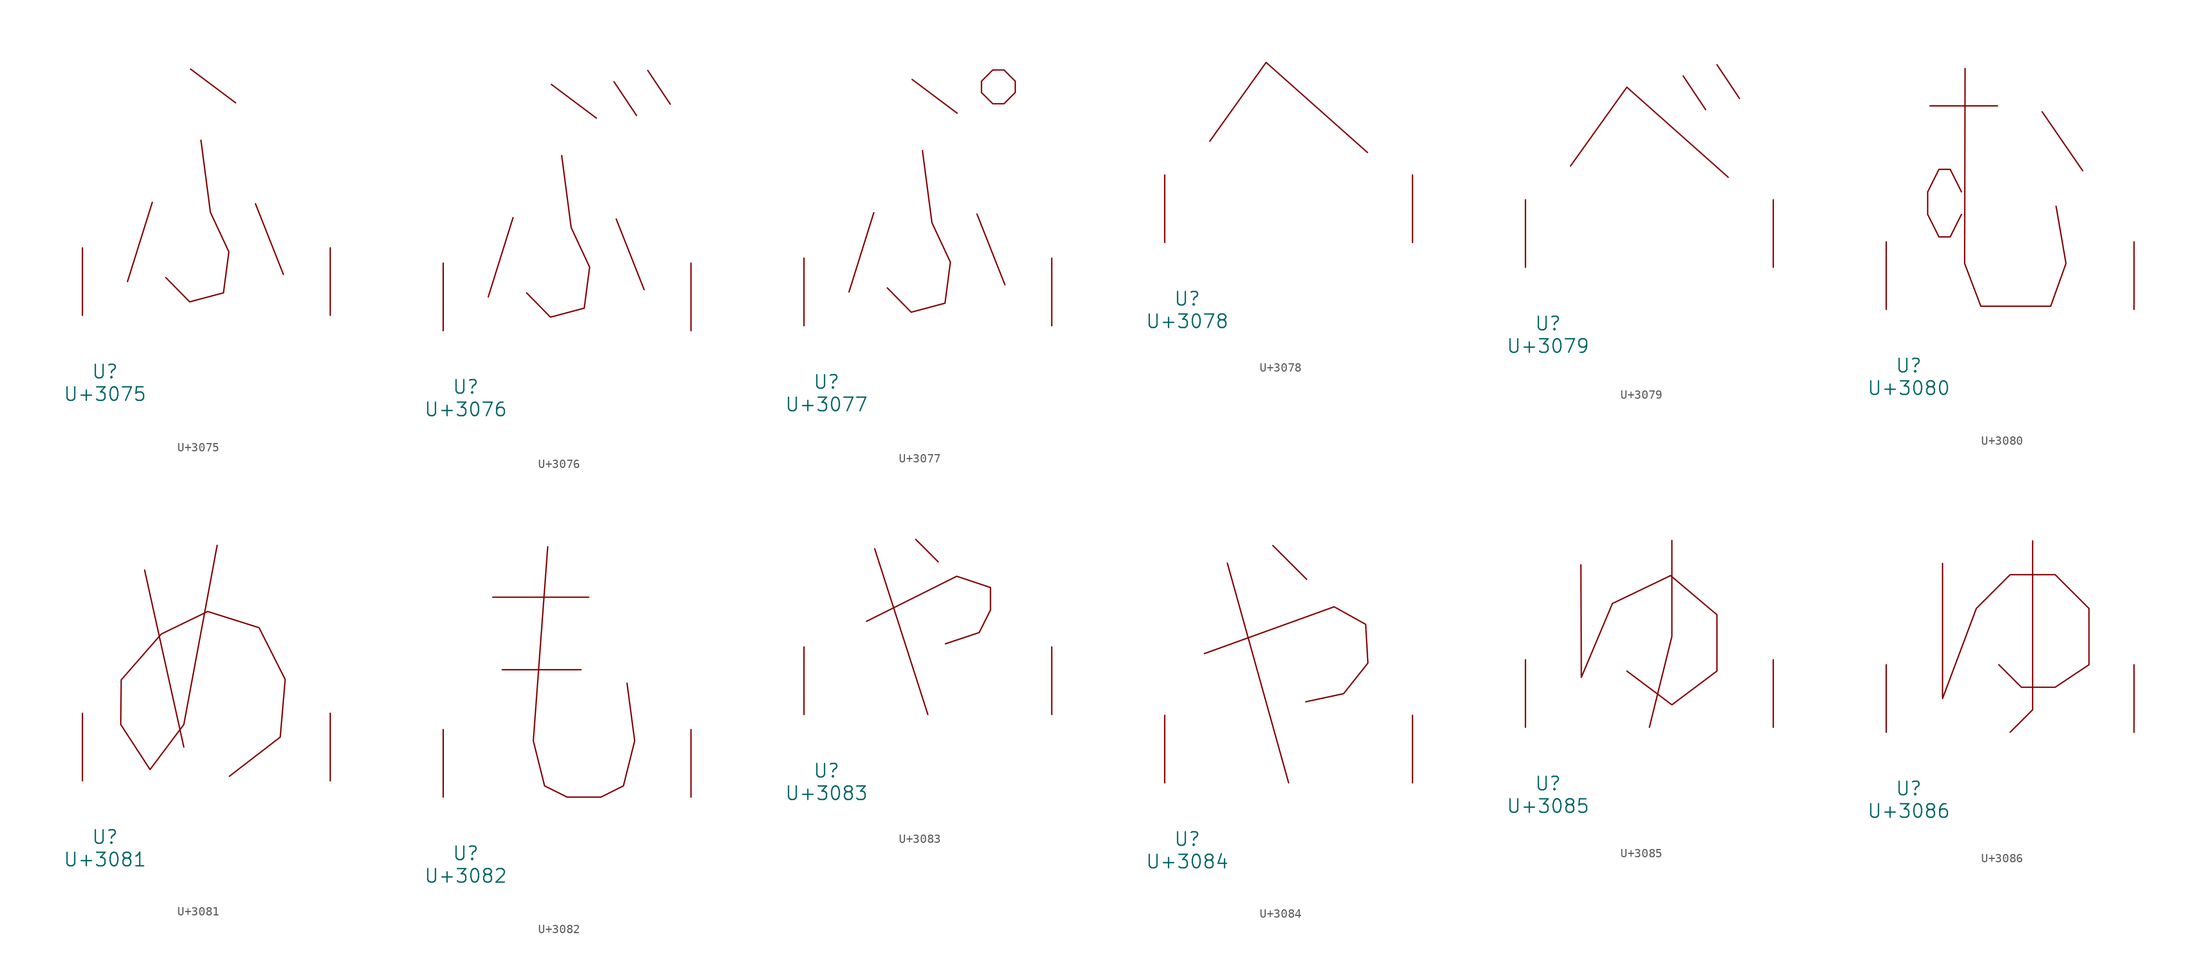
<source format=kicad_sym>
(kicad_symbol_lib
  (version 20231120)
  (generator "kicad_symbol_editor")
  (generator_version "8.0")
  (symbol "U+3075"
    (pin_names
      (offset 1.016))
    (property "Reference" "U"
      (at 0 -6.35 0)
      (effects (font (size 1.524 1.524))))
    (property "Value" "U+3075"
      (at 0 -8.89 0)
      (effects (font (size 1.524 1.524))))
    (symbol "U+3075_0_1"
      (polyline (pts (xy 5.334 12.751) (xy 2.54 3.81)) (stroke (width 0) (type solid)) (fill (type none)))
      (polyline (pts (xy 9.652 27.788) (xy 14.732 23.978)) (stroke (width 0) (type solid)) (fill (type none)))
      (polyline (pts (xy 16.967 12.598) (xy 20.117 4.623)) (stroke (width 0) (type solid)) (fill (type none)))
      (polyline (pts (xy 10.82 19.761) (xy 11.887 11.633) (xy 13.97 7.163) (xy 13.36 2.54) (xy 9.55 1.524) (xy 6.858 4.267)) (stroke (width 0) (type solid)) (fill (type none)))
      (pin input line (at -2.54 0 90) (length 7.62) (name "~" (effects (font (size 1.27 1.27)))) (number "~" (effects (font (size 1.27 1.27)))))
      (pin input line (at 25.4 0 90) (length 7.62) (name "~" (effects (font (size 1.27 1.27)))) (number "~" (effects (font (size 1.27 1.27)))))))
  (symbol "U+3076"
    (pin_names
      (offset 1.016))
    (property "Reference" "U"
      (at 0 -6.35 0)
      (effects (font (size 1.524 1.524))))
    (property "Value" "U+3076"
      (at 0 -8.89 0)
      (effects (font (size 1.524 1.524))))
    (symbol "U+3076_0_1"
      (polyline (pts (xy 5.334 12.751) (xy 2.54 3.81)) (stroke (width 0) (type solid)) (fill (type none)))
      (polyline (pts (xy 9.652 27.788) (xy 14.732 23.978)) (stroke (width 0) (type solid)) (fill (type none)))
      (polyline (pts (xy 16.713 28.092) (xy 19.253 24.282)) (stroke (width 0) (type solid)) (fill (type none)))
      (polyline (pts (xy 16.967 12.598) (xy 20.117 4.623)) (stroke (width 0) (type solid)) (fill (type none)))
      (polyline (pts (xy 20.523 29.362) (xy 23.063 25.552)) (stroke (width 0) (type solid)) (fill (type none)))
      (polyline (pts (xy 10.82 19.761) (xy 11.887 11.633) (xy 13.97 7.163) (xy 13.36 2.54) (xy 9.55 1.524) (xy 6.858 4.267)) (stroke (width 0) (type solid)) (fill (type none)))
      (pin input line (at -2.54 0 90) (length 7.62) (name "~" (effects (font (size 1.27 1.27)))) (number "~" (effects (font (size 1.27 1.27)))))
      (pin input line (at 25.4 0 90) (length 7.62) (name "~" (effects (font (size 1.27 1.27)))) (number "~" (effects (font (size 1.27 1.27)))))))
  (symbol "U+3077"
    (pin_names
      (offset 1.016))
    (property "Reference" "U"
      (at 0 -6.35 0)
      (effects (font (size 1.524 1.524))))
    (property "Value" "U+3077"
      (at 0 -8.89 0)
      (effects (font (size 1.524 1.524))))
    (symbol "U+3077_0_1"
      (polyline (pts (xy 5.334 12.751) (xy 2.54 3.81)) (stroke (width 0) (type solid)) (fill (type none)))
      (polyline (pts (xy 9.652 27.788) (xy 14.732 23.978)) (stroke (width 0) (type solid)) (fill (type none)))
      (polyline (pts (xy 16.967 12.598) (xy 20.117 4.623)) (stroke (width 0) (type solid)) (fill (type none)))
      (polyline (pts (xy 10.82 19.761) (xy 11.887 11.633) (xy 13.97 7.163) (xy 13.36 2.54) (xy 9.55 1.524) (xy 6.858 4.267)) (stroke (width 0) (type solid)) (fill (type none)))
      (polyline (pts (xy 18.745 28.854) (xy 20.015 28.854) (xy 21.285 27.584) (xy 21.285 26.314) (xy 20.015 25.044) (xy 18.745 25.044) (xy 17.475 26.314) (xy 17.475 27.584) (xy 18.745 28.854)) (stroke (width 0) (type solid)) (fill (type none)))
      (pin input line (at -2.54 0 90) (length 7.62) (name "~" (effects (font (size 1.27 1.27)))) (number "~" (effects (font (size 1.27 1.27)))))
      (pin input line (at 25.4 0 90) (length 7.62) (name "~" (effects (font (size 1.27 1.27)))) (number "~" (effects (font (size 1.27 1.27)))))))
  (symbol "U+3078"
    (pin_names
      (offset 1.016))
    (property "Reference" "U"
      (at 0 -6.35 0)
      (effects (font (size 1.524 1.524))))
    (property "Value" "U+3078"
      (at 0 -8.89 0)
      (effects (font (size 1.524 1.524))))
    (symbol "U+3078_0_1"
      (polyline (pts (xy 2.54 11.43) (xy 8.89 20.32) (xy 20.32 10.16)) (stroke (width 0) (type solid)) (fill (type none)))
      (pin input line (at -2.54 0 90) (length 7.62) (name "~" (effects (font (size 1.27 1.27)))) (number "~" (effects (font (size 1.27 1.27)))))
      (pin input line (at 25.4 0 90) (length 7.62) (name "~" (effects (font (size 1.27 1.27)))) (number "~" (effects (font (size 1.27 1.27)))))))
  (symbol "U+3079"
    (pin_names
      (offset 1.016))
    (property "Reference" "U"
      (at 0 -6.35 0)
      (effects (font (size 1.524 1.524))))
    (property "Value" "U+3079"
      (at 0 -8.89 0)
      (effects (font (size 1.524 1.524))))
    (symbol "U+3079_0_1"
      (polyline (pts (xy 15.24 21.59) (xy 17.78 17.78)) (stroke (width 0) (type solid)) (fill (type none)))
      (polyline (pts (xy 19.05 22.86) (xy 21.59 19.05)) (stroke (width 0) (type solid)) (fill (type none)))
      (polyline (pts (xy 2.54 11.43) (xy 8.89 20.32) (xy 20.32 10.16)) (stroke (width 0) (type solid)) (fill (type none)))
      (pin input line (at -2.54 0 90) (length 7.62) (name "~" (effects (font (size 1.27 1.27)))) (number "~" (effects (font (size 1.27 1.27)))))
      (pin input line (at 25.4 0 90) (length 7.62) (name "~" (effects (font (size 1.27 1.27)))) (number "~" (effects (font (size 1.27 1.27)))))))
  (symbol "U+3080"
    (pin_names
      (offset 1.016))
    (property "Reference" "U"
      (at 0 -6.35 0)
      (effects (font (size 1.524 1.524))))
    (property "Value" "U+3080"
      (at 0 -8.89 0)
      (effects (font (size 1.524 1.524))))
    (symbol "U+3080_0_1"
      (polyline (pts (xy 2.388 22.962) (xy 10.008 22.962)) (stroke (width 0) (type solid)) (fill (type none)))
      (polyline (pts (xy 15.037 22.301) (xy 19.609 15.646)) (stroke (width 0) (type solid)) (fill (type none)))
      (polyline (pts (xy 6.35 27.178) (xy 6.299 5.182) (xy 8.128 0.356) (xy 16.002 0.356) (xy 17.729 5.182) (xy 16.612 11.633)) (stroke (width 0) (type solid)) (fill (type none)))
      (polyline (pts (xy 5.944 10.719) (xy 4.674 8.179) (xy 3.404 8.179) (xy 2.134 10.719) (xy 2.134 13.259) (xy 3.404 15.799) (xy 4.674 15.799) (xy 5.944 13.259)) (stroke (width 0) (type solid)) (fill (type none)))
      (pin input line (at -2.54 0 90) (length 7.62) (name "~" (effects (font (size 1.27 1.27)))) (number "~" (effects (font (size 1.27 1.27)))))
      (pin input line (at 25.4 0 90) (length 7.62) (name "~" (effects (font (size 1.27 1.27)))) (number "~" (effects (font (size 1.27 1.27)))))))
  (symbol "U+3081"
    (pin_names
      (offset 1.016))
    (property "Reference" "U"
      (at 0 -6.35 0)
      (effects (font (size 1.524 1.524))))
    (property "Value" "U+3081"
      (at 0 -8.89 0)
      (effects (font (size 1.524 1.524))))
    (symbol "U+3081_0_1"
      (polyline (pts (xy 4.47 23.774) (xy 8.89 3.81)) (stroke (width 0) (type solid)) (fill (type none)))
      (polyline (pts (xy 12.649 26.568) (xy 8.89 6.35) (xy 5.08 1.27) (xy 1.778 6.35) (xy 1.829 11.379) (xy 6.35 16.561) (xy 11.582 19.101) (xy 17.374 17.272) (xy 20.32 11.43) (xy 19.761 4.928) (xy 14.021 0.508)) (stroke (width 0) (type solid)) (fill (type none)))
      (pin input line (at -2.54 0 90) (length 7.62) (name "~" (effects (font (size 1.27 1.27)))) (number "~" (effects (font (size 1.27 1.27)))))
      (pin input line (at 25.4 0 90) (length 7.62) (name "~" (effects (font (size 1.27 1.27)))) (number "~" (effects (font (size 1.27 1.27)))))))
  (symbol "U+3082"
    (pin_names
      (offset 1.016))
    (property "Reference" "U"
      (at 0 -6.35 0)
      (effects (font (size 1.524 1.524))))
    (property "Value" "U+3082"
      (at 0 -8.89 0)
      (effects (font (size 1.524 1.524))))
    (symbol "U+3082_0_1"
      (polyline (pts (xy 3.048 22.555) (xy 13.868 22.555)) (stroke (width 0) (type solid)) (fill (type none)))
      (polyline (pts (xy 4.115 14.376) (xy 13.005 14.376)) (stroke (width 0) (type solid)) (fill (type none)))
      (polyline (pts (xy 9.246 28.245) (xy 7.62 6.35) (xy 8.89 1.27) (xy 11.43 0) (xy 15.24 0) (xy 17.78 1.27) (xy 19.05 6.35) (xy 18.186 12.852)) (stroke (width 0) (type solid)) (fill (type none)))
      (pin input line (at -2.54 0 90) (length 7.62) (name "~" (effects (font (size 1.27 1.27)))) (number "~" (effects (font (size 1.27 1.27)))))
      (pin input line (at 25.4 0 90) (length 7.62) (name "~" (effects (font (size 1.27 1.27)))) (number "~" (effects (font (size 1.27 1.27)))))))
  (symbol "U+3083"
    (pin_names
      (offset 1.016))
    (property "Reference" "U"
      (at 0 -6.35 0)
      (effects (font (size 1.524 1.524))))
    (property "Value" "U+3083"
      (at 0 -8.89 0)
      (effects (font (size 1.524 1.524))))
    (symbol "U+3083_0_1"
      (polyline (pts (xy 5.436 18.694) (xy 11.43 0)) (stroke (width 0) (type solid)) (fill (type none)))
      (polyline (pts (xy 10.058 19.761) (xy 12.598 17.221)) (stroke (width 0) (type solid)) (fill (type none)))
      (polyline (pts (xy 4.521 10.516) (xy 14.681 15.596) (xy 18.491 14.326) (xy 18.491 11.786) (xy 17.221 9.246) (xy 13.411 7.976)) (stroke (width 0) (type solid)) (fill (type none)))
      (pin input line (at -2.54 0 90) (length 7.62) (name "~" (effects (font (size 1.27 1.27)))) (number "~" (effects (font (size 1.27 1.27)))))
      (pin input line (at 25.4 0 90) (length 7.62) (name "~" (effects (font (size 1.27 1.27)))) (number "~" (effects (font (size 1.27 1.27)))))))
  (symbol "U+3084"
    (pin_names
      (offset 1.016))
    (property "Reference" "U"
      (at 0 -6.35 0)
      (effects (font (size 1.524 1.524))))
    (property "Value" "U+3084"
      (at 0 -8.89 0)
      (effects (font (size 1.524 1.524))))
    (symbol "U+3084_0_1"
      (polyline (pts (xy 4.521 24.79) (xy 11.43 0)) (stroke (width 0) (type solid)) (fill (type none)))
      (polyline (pts (xy 9.652 26.772) (xy 13.462 22.962)) (stroke (width 0) (type solid)) (fill (type none)))
      (polyline (pts (xy 1.93 14.58) (xy 16.561 19.863) (xy 20.117 17.882) (xy 20.371 13.513) (xy 17.628 10.058) (xy 13.36 9.144)) (stroke (width 0) (type solid)) (fill (type none)))
      (pin input line (at -2.54 0 90) (length 7.62) (name "~" (effects (font (size 1.27 1.27)))) (number "~" (effects (font (size 1.27 1.27)))))
      (pin input line (at 25.4 0 90) (length 7.62) (name "~" (effects (font (size 1.27 1.27)))) (number "~" (effects (font (size 1.27 1.27)))))))
  (symbol "U+3085"
    (pin_names
      (offset 1.016))
    (property "Reference" "U"
      (at 0 -6.35 0)
      (effects (font (size 1.524 1.524))))
    (property "Value" "U+3085"
      (at 0 -8.89 0)
      (effects (font (size 1.524 1.524))))
    (symbol "U+3085_0_1"
      (polyline (pts (xy 13.97 21.082) (xy 13.97 10.262) (xy 11.43 0)) (stroke (width 0) (type solid)) (fill (type none)))
      (polyline (pts (xy 3.708 18.339) (xy 3.759 5.639) (xy 7.264 13.97) (xy 13.818 17.12) (xy 19.05 12.7) (xy 19.05 6.35) (xy 13.97 2.54) (xy 8.89 6.35)) (stroke (width 0) (type solid)) (fill (type none)))
      (pin input line (at -2.54 0 90) (length 7.62) (name "~" (effects (font (size 1.27 1.27)))) (number "~" (effects (font (size 1.27 1.27)))))
      (pin input line (at 25.4 0 90) (length 7.62) (name "~" (effects (font (size 1.27 1.27)))) (number "~" (effects (font (size 1.27 1.27)))))))
  (symbol "U+3086"
    (pin_names
      (offset 1.016))
    (property "Reference" "U"
      (at 0 -6.35 0)
      (effects (font (size 1.524 1.524))))
    (property "Value" "U+3086"
      (at 0 -8.89 0)
      (effects (font (size 1.524 1.524))))
    (symbol "U+3086_0_1"
      (polyline (pts (xy 13.97 21.59) (xy 13.97 2.54) (xy 11.43 0)) (stroke (width 0) (type solid)) (fill (type none)))
      (polyline (pts (xy 3.81 19.05) (xy 3.81 3.81) (xy 7.62 13.97) (xy 11.43 17.78) (xy 16.51 17.78) (xy 20.32 13.97) (xy 20.32 7.62) (xy 16.51 5.08) (xy 12.7 5.08) (xy 10.16 7.62)) (stroke (width 0) (type solid)) (fill (type none)))
      (pin input line (at -2.54 0 90) (length 7.62) (name "~" (effects (font (size 1.27 1.27)))) (number "~" (effects (font (size 1.27 1.27)))))
      (pin input line (at 25.4 0 90) (length 7.62) (name "~" (effects (font (size 1.27 1.27)))) (number "~" (effects (font (size 1.27 1.27))))))))
</source>
